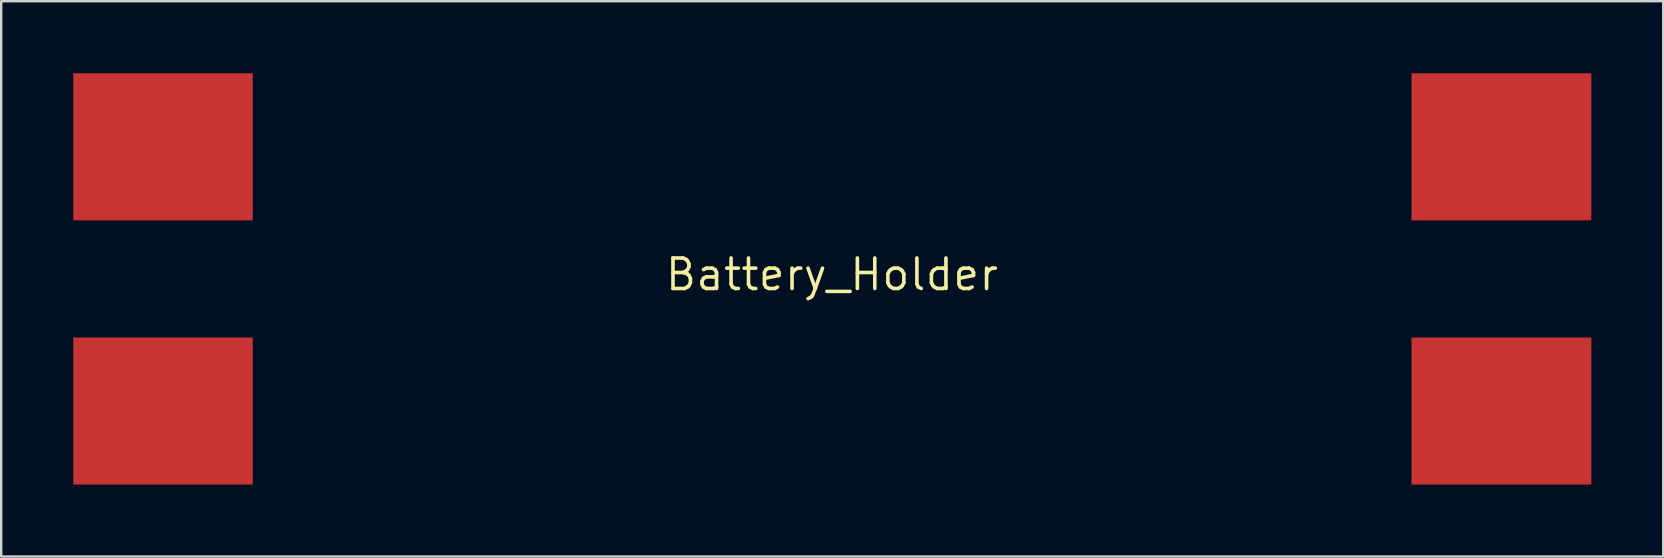
<source format=kicad_pcb>
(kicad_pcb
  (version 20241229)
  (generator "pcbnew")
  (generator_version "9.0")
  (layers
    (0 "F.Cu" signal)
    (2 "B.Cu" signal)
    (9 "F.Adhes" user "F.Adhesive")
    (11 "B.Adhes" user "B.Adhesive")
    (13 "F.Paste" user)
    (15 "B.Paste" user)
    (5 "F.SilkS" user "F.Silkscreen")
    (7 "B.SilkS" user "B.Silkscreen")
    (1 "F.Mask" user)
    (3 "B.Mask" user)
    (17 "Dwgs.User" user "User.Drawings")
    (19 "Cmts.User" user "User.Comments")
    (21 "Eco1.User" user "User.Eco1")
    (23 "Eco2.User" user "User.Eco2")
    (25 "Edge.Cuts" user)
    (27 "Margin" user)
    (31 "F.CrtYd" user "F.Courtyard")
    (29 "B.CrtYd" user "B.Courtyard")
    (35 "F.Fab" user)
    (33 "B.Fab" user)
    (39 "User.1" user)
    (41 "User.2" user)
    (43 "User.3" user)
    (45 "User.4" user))
  (footprint "Battery_Holder"
    (layer "F.Cu")
    (at 31.607 8.387)
    (property "Reference" "Battery_Holder" (at 0 0 0) (layer "F.SilkS") (effects (font (size 1.27 1.27) (thickness 0.15))))
    (attr through_hole)
    (fp_poly (pts (xy -24.13 -2.265) (xy -31.602 -2.265) (xy -31.602 -8.382) (xy -24.13 -8.382) (xy -24.13 -2.265)) (stroke (width 0.01) (type solid)) (fill yes) (layer "F.Cu"))
    (fp_poly (pts (xy -24.13 8.742) (xy -31.602 8.742) (xy -31.602 2.625) (xy -24.13 2.625) (xy -24.13 8.742)) (stroke (width 0.01) (type solid)) (fill yes) (layer "F.Cu"))
    (fp_poly (pts (xy 31.623 -2.265) (xy 24.151 -2.265) (xy 24.151 -8.382) (xy 31.623 -8.382) (xy 31.623 -2.265)) (stroke (width 0.01) (type solid)) (fill yes) (layer "F.Cu"))
    (fp_poly (pts (xy 31.623 8.742) (xy 24.151 8.742) (xy 24.151 2.625) (xy 31.623 2.625) (xy 31.623 8.742)) (stroke (width 0.01) (type solid)) (fill yes) (layer "F.Cu")))
  (gr_rect
    (start -3 -3)
    (end 66.235 20.134)
    (stroke (width 0.1) (type default))
    (fill no)
    (layer "Edge.Cuts")))
</source>
